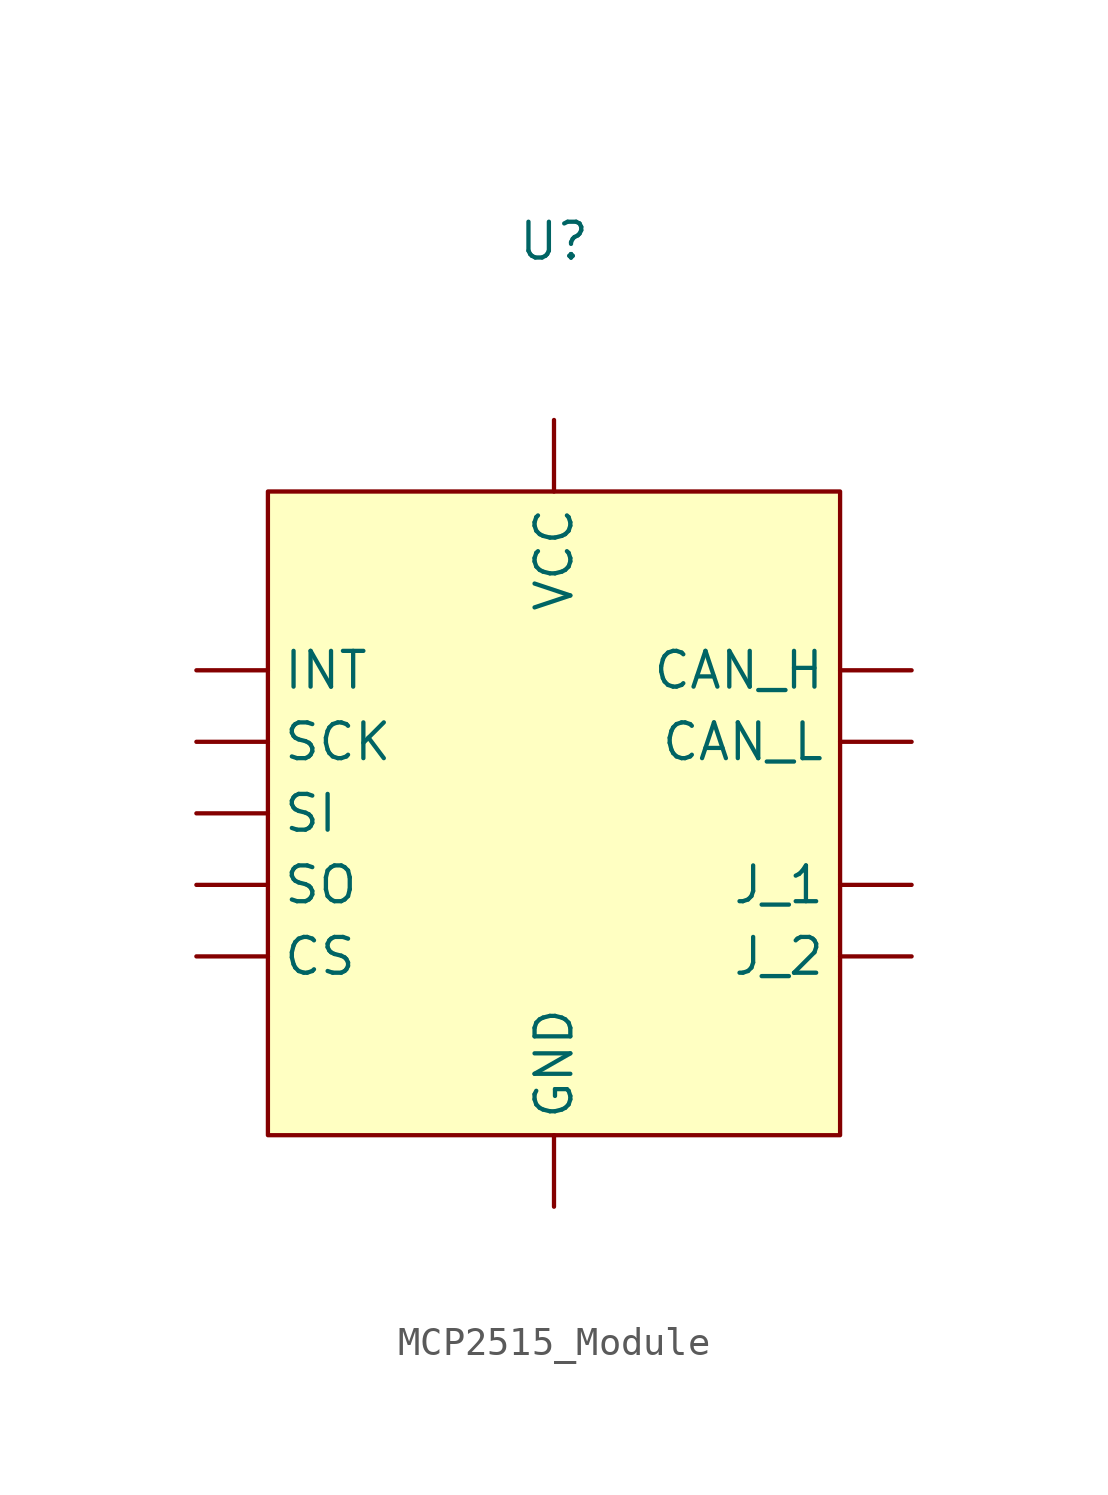
<source format=kicad_sym>
(kicad_symbol_lib
  (version 20220914)
  (generator kicad_symbol_editor)
  (symbol "MCP2515_Module"
    (property "Reference" "U"
      (at 0 0 0)
      (effects (font (size 1.27 1.27))))
    (property "Value" ""
      (at 0 0 0)
      (effects (font (size 1.27 1.27))))
    (symbol "MCP2515_Module_1_1"
      (rectangle (start -10.16 -8.89) (end 10.16 -31.75) (stroke (width 0) (type default)) (fill (type background)))
      (pin bidirectional line (at 12.7 -15.24 180) (length 2.54) (name "CAN_H" (effects (font (size 1.27 1.27)))) (number "" (effects (font (size 1.27 1.27)))))
      (pin bidirectional line (at 12.7 -17.78 180) (length 2.54) (name "CAN_L" (effects (font (size 1.27 1.27)))) (number "" (effects (font (size 1.27 1.27)))))
      (pin bidirectional line (at -12.7 -25.4 0) (length 2.54) (name "CS" (effects (font (size 1.27 1.27)))) (number "" (effects (font (size 1.27 1.27)))))
      (pin passive line (at 0 -34.29 90) (length 2.54) (name "GND" (effects (font (size 1.27 1.27)))) (number "" (effects (font (size 1.27 1.27)))))
      (pin bidirectional line (at -12.7 -15.24 0) (length 2.54) (name "INT" (effects (font (size 1.27 1.27)))) (number "" (effects (font (size 1.27 1.27)))))
      (pin bidirectional line (at 12.7 -22.86 180) (length 2.54) (name "J_1" (effects (font (size 1.27 1.27)))) (number "" (effects (font (size 1.27 1.27)))))
      (pin bidirectional line (at 12.7 -25.4 180) (length 2.54) (name "J_2" (effects (font (size 1.27 1.27)))) (number "" (effects (font (size 1.27 1.27)))))
      (pin bidirectional line (at -12.7 -17.78 0) (length 2.54) (name "SCK" (effects (font (size 1.27 1.27)))) (number "" (effects (font (size 1.27 1.27)))))
      (pin bidirectional line (at -12.7 -20.32 0) (length 2.54) (name "SI" (effects (font (size 1.27 1.27)))) (number "" (effects (font (size 1.27 1.27)))))
      (pin bidirectional line (at -12.7 -22.86 0) (length 2.54) (name "SO" (effects (font (size 1.27 1.27)))) (number "" (effects (font (size 1.27 1.27)))))
      (pin power_in line (at 0 -6.35 270) (length 2.54) (name "VCC" (effects (font (size 1.27 1.27)))) (number "" (effects (font (size 1.27 1.27))))))))
</source>
